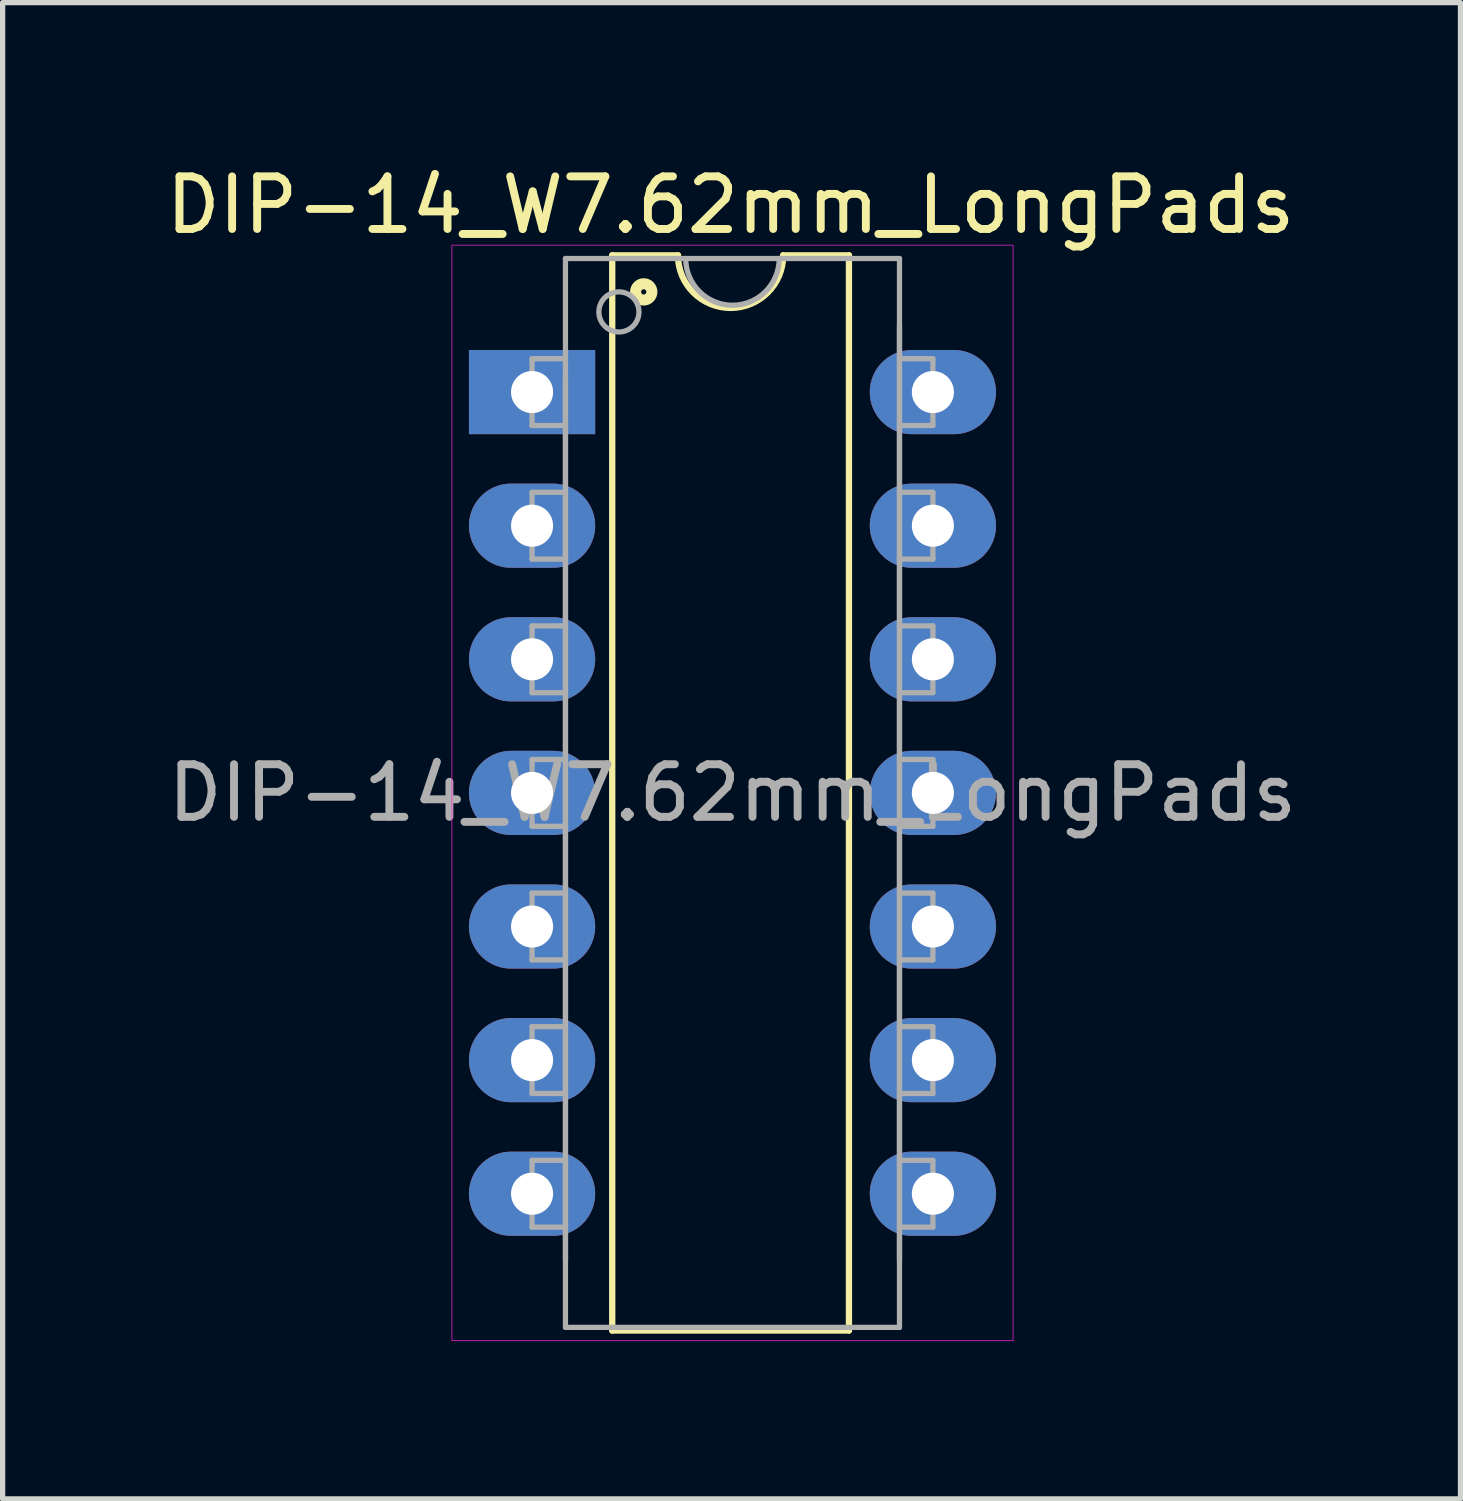
<source format=kicad_pcb>
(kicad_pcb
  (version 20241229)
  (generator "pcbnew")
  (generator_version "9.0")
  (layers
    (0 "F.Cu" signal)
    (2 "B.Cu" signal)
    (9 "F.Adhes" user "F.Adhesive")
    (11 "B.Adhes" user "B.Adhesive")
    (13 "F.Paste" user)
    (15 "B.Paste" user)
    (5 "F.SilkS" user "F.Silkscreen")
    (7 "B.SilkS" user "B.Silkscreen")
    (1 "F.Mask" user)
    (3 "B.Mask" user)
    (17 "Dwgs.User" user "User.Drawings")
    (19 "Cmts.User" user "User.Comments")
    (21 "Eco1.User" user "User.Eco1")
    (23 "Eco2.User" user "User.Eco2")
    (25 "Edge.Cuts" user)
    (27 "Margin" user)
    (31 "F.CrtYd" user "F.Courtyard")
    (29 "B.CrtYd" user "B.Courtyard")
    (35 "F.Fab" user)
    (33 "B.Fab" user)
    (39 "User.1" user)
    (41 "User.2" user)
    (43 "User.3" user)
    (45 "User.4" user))
  (footprint "DIP-14_W7.62mm_LongPads"
    (layer "F.Cu")
    (at 7.065 4.404)
    (property "Reference" "DIP-14_W7.62mm_LongPads" (at 3.774 -3.556 0) (layer "F.SilkS") (effects (font (size 1 1) (thickness 0.15))))
    (attr through_hole)
    (fp_line (start 1.524 -2.6) (end 1.524 17.84) (stroke (width 0.12) (type solid)) (layer "F.SilkS"))
    (fp_line (start 1.524 17.84) (end 6.024 17.84) (stroke (width 0.12) (type solid)) (layer "F.SilkS"))
    (fp_line (start 2.774 -2.6) (end 1.524 -2.6) (stroke (width 0.12) (type solid)) (layer "F.SilkS"))
    (fp_line (start 6.024 -2.6) (end 4.774 -2.6) (stroke (width 0.12) (type solid)) (layer "F.SilkS"))
    (fp_line (start 6.024 17.84) (end 6.024 -2.6) (stroke (width 0.12) (type solid)) (layer "F.SilkS"))
    (fp_arc (start 4.774 -2.6) (mid 3.774 -1.6) (end 2.774 -2.6) (stroke (width 0.12) (type solid)) (layer "F.SilkS"))
    (fp_circle (center 2.123 -1.905) (end 2.173 -1.905) (stroke (width 0.12) (type solid)) (fill no) (layer "F.SilkS"))
    (fp_circle (center 2.123 -1.905) (end 2.248 -1.905) (stroke (width 0.12) (type solid)) (fill no) (layer "F.SilkS"))
    (fp_circle (center 2.123 -1.905) (end 2.323 -1.905) (stroke (width 0.12) (type solid)) (fill no) (layer "F.SilkS"))
    (fp_rect (start -1.524 -2.794) (end 9.144 18.034) (stroke (width 0.013) (type solid)) (fill no) (layer "F.CrtYd"))
    (fp_line (start 0 -0.635) (end 0 0.635) (stroke (width 0.1) (type solid)) (layer "F.Fab"))
    (fp_line (start 0 -0.635) (end 0.635 -0.635) (stroke (width 0.1) (type solid)) (layer "F.Fab"))
    (fp_line (start 0 0.635) (end 0.635 0.635) (stroke (width 0.1) (type solid)) (layer "F.Fab"))
    (fp_line (start 0 1.905) (end 0 3.175) (stroke (width 0.1) (type solid)) (layer "F.Fab"))
    (fp_line (start 0 1.905) (end 0.635 1.905) (stroke (width 0.1) (type solid)) (layer "F.Fab"))
    (fp_line (start 0 3.175) (end 0.635 3.175) (stroke (width 0.1) (type solid)) (layer "F.Fab"))
    (fp_line (start 0 4.445) (end 0 5.715) (stroke (width 0.1) (type solid)) (layer "F.Fab"))
    (fp_line (start 0 4.445) (end 0.635 4.445) (stroke (width 0.1) (type solid)) (layer "F.Fab"))
    (fp_line (start 0 5.715) (end 0.635 5.715) (stroke (width 0.1) (type solid)) (layer "F.Fab"))
    (fp_line (start 0 6.985) (end 0 8.255) (stroke (width 0.1) (type solid)) (layer "F.Fab"))
    (fp_line (start 0 6.985) (end 0.635 6.985) (stroke (width 0.1) (type solid)) (layer "F.Fab"))
    (fp_line (start 0 8.255) (end 0.635 8.255) (stroke (width 0.1) (type solid)) (layer "F.Fab"))
    (fp_line (start 0 9.525) (end 0 10.795) (stroke (width 0.1) (type solid)) (layer "F.Fab"))
    (fp_line (start 0 9.525) (end 0.635 9.525) (stroke (width 0.1) (type solid)) (layer "F.Fab"))
    (fp_line (start 0 10.795) (end 0.635 10.795) (stroke (width 0.1) (type solid)) (layer "F.Fab"))
    (fp_line (start 0 12.065) (end 0 13.335) (stroke (width 0.1) (type solid)) (layer "F.Fab"))
    (fp_line (start 0 12.065) (end 0.635 12.065) (stroke (width 0.1) (type solid)) (layer "F.Fab"))
    (fp_line (start 0 13.335) (end 0.635 13.335) (stroke (width 0.1) (type solid)) (layer "F.Fab"))
    (fp_line (start 0 14.605) (end 0 15.875) (stroke (width 0.1) (type solid)) (layer "F.Fab"))
    (fp_line (start 0 14.605) (end 0.635 14.605) (stroke (width 0.1) (type solid)) (layer "F.Fab"))
    (fp_line (start 0 15.875) (end 0.635 15.875) (stroke (width 0.1) (type solid)) (layer "F.Fab"))
    (fp_line (start 0.635 -2.54) (end 6.985 -2.54) (stroke (width 0.1) (type solid)) (layer "F.Fab"))
    (fp_line (start 0.635 16.51) (end 0.635 -0.27) (stroke (width 0.1) (type solid)) (layer "F.Fab"))
    (fp_line (start 0.635 17.78) (end 0.635 -2.54) (stroke (width 0.1) (type solid)) (layer "F.Fab"))
    (fp_line (start 6.985 -2.54) (end 6.985 17.78) (stroke (width 0.1) (type solid)) (layer "F.Fab"))
    (fp_line (start 6.985 -1.27) (end 6.985 16.51) (stroke (width 0.1) (type solid)) (layer "F.Fab"))
    (fp_line (start 6.985 17.78) (end 0.635 17.78) (stroke (width 0.1) (type solid)) (layer "F.Fab"))
    (fp_line (start 7.62 -0.635) (end 6.985 -0.635) (stroke (width 0.1) (type solid)) (layer "F.Fab"))
    (fp_line (start 7.62 0.635) (end 6.985 0.635) (stroke (width 0.1) (type solid)) (layer "F.Fab"))
    (fp_line (start 7.62 0.635) (end 7.62 -0.635) (stroke (width 0.1) (type solid)) (layer "F.Fab"))
    (fp_line (start 7.62 1.905) (end 6.985 1.905) (stroke (width 0.1) (type solid)) (layer "F.Fab"))
    (fp_line (start 7.62 3.175) (end 6.985 3.175) (stroke (width 0.1) (type solid)) (layer "F.Fab"))
    (fp_line (start 7.62 3.175) (end 7.62 1.905) (stroke (width 0.1) (type solid)) (layer "F.Fab"))
    (fp_line (start 7.62 4.445) (end 6.985 4.445) (stroke (width 0.1) (type solid)) (layer "F.Fab"))
    (fp_line (start 7.62 5.715) (end 6.985 5.715) (stroke (width 0.1) (type solid)) (layer "F.Fab"))
    (fp_line (start 7.62 5.715) (end 7.62 4.445) (stroke (width 0.1) (type solid)) (layer "F.Fab"))
    (fp_line (start 7.62 6.985) (end 6.985 6.985) (stroke (width 0.1) (type solid)) (layer "F.Fab"))
    (fp_line (start 7.62 8.255) (end 6.985 8.255) (stroke (width 0.1) (type solid)) (layer "F.Fab"))
    (fp_line (start 7.62 8.255) (end 7.62 6.985) (stroke (width 0.1) (type solid)) (layer "F.Fab"))
    (fp_line (start 7.62 9.525) (end 6.985 9.525) (stroke (width 0.1) (type solid)) (layer "F.Fab"))
    (fp_line (start 7.62 10.795) (end 6.985 10.795) (stroke (width 0.1) (type solid)) (layer "F.Fab"))
    (fp_line (start 7.62 10.795) (end 7.62 9.525) (stroke (width 0.1) (type solid)) (layer "F.Fab"))
    (fp_line (start 7.62 12.065) (end 6.985 12.065) (stroke (width 0.1) (type solid)) (layer "F.Fab"))
    (fp_line (start 7.62 13.335) (end 6.985 13.335) (stroke (width 0.1) (type solid)) (layer "F.Fab"))
    (fp_line (start 7.62 13.335) (end 7.62 12.065) (stroke (width 0.1) (type solid)) (layer "F.Fab"))
    (fp_line (start 7.62 14.605) (end 6.985 14.605) (stroke (width 0.1) (type solid)) (layer "F.Fab"))
    (fp_line (start 7.62 15.875) (end 6.985 15.875) (stroke (width 0.1) (type solid)) (layer "F.Fab"))
    (fp_line (start 7.62 15.875) (end 7.62 14.605) (stroke (width 0.1) (type solid)) (layer "F.Fab"))
    (fp_arc (start 4.699 -2.54) (mid 3.81 -1.651) (end 2.921 -2.54) (stroke (width 0.1) (type solid)) (layer "F.Fab"))
    (fp_circle (center 1.651 -1.524) (end 2.032 -1.524) (stroke (width 0.1) (type solid)) (fill no) (layer "F.Fab"))
    (fp_text user "${REFERENCE}" (at 3.81 7.62 0) (layer "F.Fab") (effects (font (size 1 1) (thickness 0.15))))
    (pad "1" thru_hole rect (at 0 0) (size 2.4 1.6) (drill 0.8) (layers "*.Cu" "*.Mask"))
    (pad "2" thru_hole oval (at 0 2.54) (size 2.4 1.6) (drill 0.8) (layers "*.Cu" "*.Mask"))
    (pad "3" thru_hole oval (at 0 5.08) (size 2.4 1.6) (drill 0.8) (layers "*.Cu" "*.Mask"))
    (pad "4" thru_hole oval (at 0 7.62) (size 2.4 1.6) (drill 0.8) (layers "*.Cu" "*.Mask"))
    (pad "5" thru_hole oval (at 0 10.16) (size 2.4 1.6) (drill 0.8) (layers "*.Cu" "*.Mask"))
    (pad "6" thru_hole oval (at 0 12.7) (size 2.4 1.6) (drill 0.8) (layers "*.Cu" "*.Mask"))
    (pad "7" thru_hole oval (at 0 15.24) (size 2.4 1.6) (drill 0.8) (layers "*.Cu" "*.Mask"))
    (pad "8" thru_hole oval (at 7.62 15.24) (size 2.4 1.6) (drill 0.8) (layers "*.Cu" "*.Mask"))
    (pad "9" thru_hole oval (at 7.62 12.7) (size 2.4 1.6) (drill 0.8) (layers "*.Cu" "*.Mask"))
    (pad "10" thru_hole oval (at 7.62 10.16) (size 2.4 1.6) (drill 0.8) (layers "*.Cu" "*.Mask"))
    (pad "11" thru_hole oval (at 7.62 7.62) (size 2.4 1.6) (drill 0.8) (layers "*.Cu" "*.Mask"))
    (pad "12" thru_hole oval (at 7.62 5.08) (size 2.4 1.6) (drill 0.8) (layers "*.Cu" "*.Mask"))
    (pad "13" thru_hole oval (at 7.62 2.54) (size 2.4 1.6) (drill 0.8) (layers "*.Cu" "*.Mask"))
    (pad "14" thru_hole oval (at 7.62 0) (size 2.4 1.6) (drill 0.8) (layers "*.Cu" "*.Mask")))
  (gr_rect
    (start -3 -3)
    (end 24.715 25.445)
    (stroke (width 0.1) (type default))
    (fill no)
    (layer "Edge.Cuts")))
</source>
